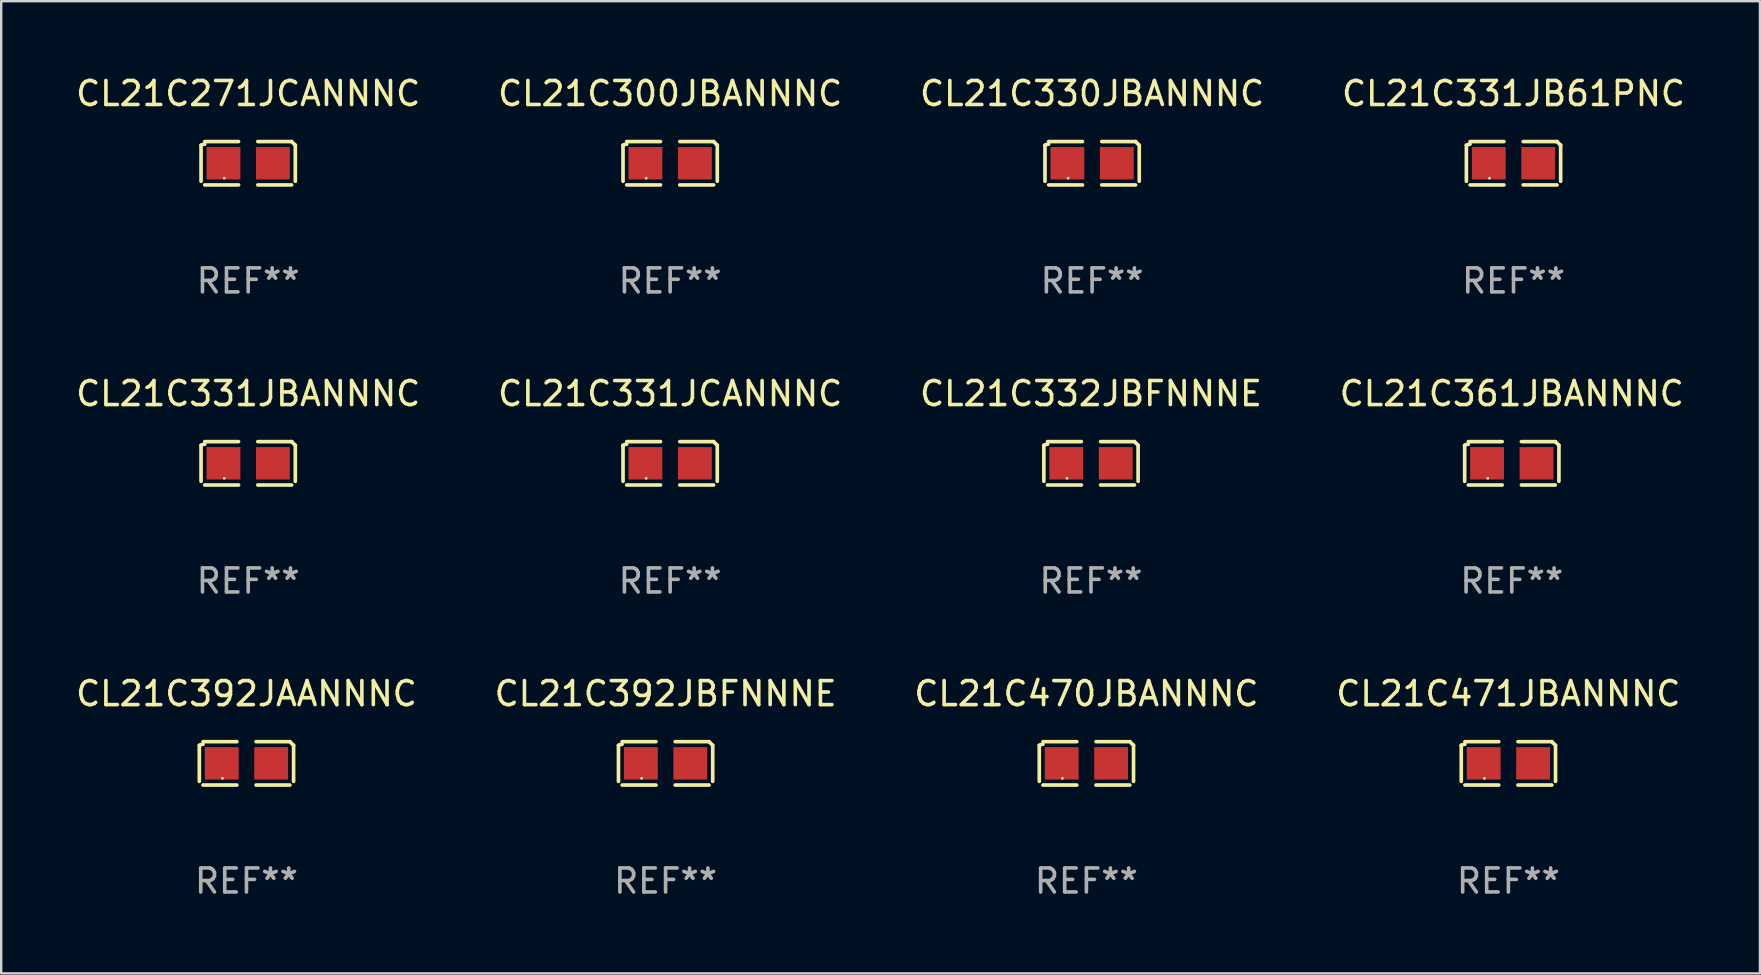
<source format=kicad_pcb>
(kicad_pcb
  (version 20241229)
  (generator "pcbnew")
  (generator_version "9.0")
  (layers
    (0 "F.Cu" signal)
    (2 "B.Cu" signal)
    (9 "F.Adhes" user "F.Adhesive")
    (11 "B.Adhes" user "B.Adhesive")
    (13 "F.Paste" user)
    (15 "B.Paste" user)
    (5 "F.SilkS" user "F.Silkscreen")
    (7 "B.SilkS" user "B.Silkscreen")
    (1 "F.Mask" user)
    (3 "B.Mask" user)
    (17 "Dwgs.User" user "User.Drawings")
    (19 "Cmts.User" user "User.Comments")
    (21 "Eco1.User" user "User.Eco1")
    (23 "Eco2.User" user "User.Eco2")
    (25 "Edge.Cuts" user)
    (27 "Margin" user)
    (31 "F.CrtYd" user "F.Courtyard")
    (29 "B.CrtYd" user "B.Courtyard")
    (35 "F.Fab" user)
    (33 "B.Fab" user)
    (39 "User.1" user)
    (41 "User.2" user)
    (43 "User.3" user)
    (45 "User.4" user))
  (footprint "CL21C300JBANNNC"
    (layer "F.Cu")
    (at 24.875 3.752)
    (property "Reference" "CL21C300JBANNNC" (at 0 -2.904 0) (layer "F.SilkS") (effects (font (size 1 1) (thickness 0.15))))
    (attr through_hole)
    (fp_line (start -1.964 0.751) (end -1.964 -0.751) (stroke (width 0.152) (type solid)) (layer "F.SilkS"))
    (fp_line (start -1.811 -0.904) (end -0.401 -0.904) (stroke (width 0.152) (type solid)) (layer "F.SilkS"))
    (fp_line (start -0.401 0.904) (end -1.811 0.904) (stroke (width 0.152) (type solid)) (layer "F.SilkS"))
    (fp_line (start 0.401 0.904) (end 1.811 0.904) (stroke (width 0.152) (type solid)) (layer "F.SilkS"))
    (fp_line (start 1.811 -0.904) (end 0.401 -0.904) (stroke (width 0.152) (type solid)) (layer "F.SilkS"))
    (fp_line (start 1.964 0.751) (end 1.964 -0.751) (stroke (width 0.152) (type solid)) (layer "F.SilkS"))
    (fp_arc (start -1.963602 -0.751207) (mid -1.890354 -0.783131) (end -1.811201 -0.794044) (stroke (width 0.1524) (type solid)) (layer "F.SilkS"))
    (fp_arc (start 1.811202 -0.903607) (mid 1.887413 -0.827418) (end 1.963602 -0.751207) (stroke (width 0.1524) (type solid)) (layer "F.SilkS"))
    (fp_circle (center -1 0.625) (end -0.97 0.625) (stroke (width 0.06) (type solid)) (fill no) (layer "F.SilkS"))
    (fp_text user "REF**" (at 0 4.904 0) (layer "F.Fab") (effects (font (size 1 1) (thickness 0.15))))
    (pad "1" smd rect (at -1.03 0) (size 1.41 1.35) (layers "F.Cu" "F.Mask" "F.Paste"))
    (pad "2" smd rect (at 1.03 0) (size 1.41 1.35) (layers "F.Cu" "F.Mask" "F.Paste")))
  (footprint "CL21C331JCANNNC"
    (layer "F.Cu")
    (at 24.875 16.256)
    (property "Reference" "CL21C331JCANNNC" (at 0 -2.904 0) (layer "F.SilkS") (effects (font (size 1 1) (thickness 0.15))))
    (attr through_hole)
    (fp_line (start -1.964 0.751) (end -1.964 -0.751) (stroke (width 0.152) (type solid)) (layer "F.SilkS"))
    (fp_line (start -1.811 -0.904) (end -0.401 -0.904) (stroke (width 0.152) (type solid)) (layer "F.SilkS"))
    (fp_line (start -0.401 0.904) (end -1.811 0.904) (stroke (width 0.152) (type solid)) (layer "F.SilkS"))
    (fp_line (start 0.401 0.904) (end 1.811 0.904) (stroke (width 0.152) (type solid)) (layer "F.SilkS"))
    (fp_line (start 1.811 -0.904) (end 0.401 -0.904) (stroke (width 0.152) (type solid)) (layer "F.SilkS"))
    (fp_line (start 1.964 0.751) (end 1.964 -0.751) (stroke (width 0.152) (type solid)) (layer "F.SilkS"))
    (fp_arc (start -1.963602 -0.751207) (mid -1.890354 -0.783131) (end -1.811201 -0.794044) (stroke (width 0.1524) (type solid)) (layer "F.SilkS"))
    (fp_arc (start 1.811202 -0.903607) (mid 1.887413 -0.827418) (end 1.963602 -0.751207) (stroke (width 0.1524) (type solid)) (layer "F.SilkS"))
    (fp_circle (center -1 0.625) (end -0.97 0.625) (stroke (width 0.06) (type solid)) (fill no) (layer "F.SilkS"))
    (fp_text user "REF**" (at 0 4.904 0) (layer "F.Fab") (effects (font (size 1 1) (thickness 0.15))))
    (pad "1" smd rect (at -1.03 0) (size 1.41 1.35) (layers "F.Cu" "F.Mask" "F.Paste"))
    (pad "2" smd rect (at 1.03 0) (size 1.41 1.35) (layers "F.Cu" "F.Mask" "F.Paste")))
  (footprint "CL21C361JBANNNC"
    (layer "F.Cu")
    (at 59.946 16.256)
    (property "Reference" "CL21C361JBANNNC" (at 0 -2.904 0) (layer "F.SilkS") (effects (font (size 1 1) (thickness 0.15))))
    (attr through_hole)
    (fp_line (start -1.964 0.751) (end -1.964 -0.751) (stroke (width 0.152) (type solid)) (layer "F.SilkS"))
    (fp_line (start -1.811 -0.904) (end -0.401 -0.904) (stroke (width 0.152) (type solid)) (layer "F.SilkS"))
    (fp_line (start -0.401 0.904) (end -1.811 0.904) (stroke (width 0.152) (type solid)) (layer "F.SilkS"))
    (fp_line (start 0.401 0.904) (end 1.811 0.904) (stroke (width 0.152) (type solid)) (layer "F.SilkS"))
    (fp_line (start 1.811 -0.904) (end 0.401 -0.904) (stroke (width 0.152) (type solid)) (layer "F.SilkS"))
    (fp_line (start 1.964 0.751) (end 1.964 -0.751) (stroke (width 0.152) (type solid)) (layer "F.SilkS"))
    (fp_arc (start -1.963602 -0.751207) (mid -1.890354 -0.783131) (end -1.811201 -0.794044) (stroke (width 0.1524) (type solid)) (layer "F.SilkS"))
    (fp_arc (start 1.811202 -0.903607) (mid 1.887413 -0.827418) (end 1.963602 -0.751207) (stroke (width 0.1524) (type solid)) (layer "F.SilkS"))
    (fp_circle (center -1 0.625) (end -0.97 0.625) (stroke (width 0.06) (type solid)) (fill no) (layer "F.SilkS"))
    (fp_text user "REF**" (at 0 4.904 0) (layer "F.Fab") (effects (font (size 1 1) (thickness 0.15))))
    (pad "1" smd rect (at -1.03 0) (size 1.41 1.35) (layers "F.Cu" "F.Mask" "F.Paste"))
    (pad "2" smd rect (at 1.03 0) (size 1.41 1.35) (layers "F.Cu" "F.Mask" "F.Paste")))
  (footprint "CL21C330JBANNNC"
    (layer "F.Cu")
    (at 42.458 3.752)
    (property "Reference" "CL21C330JBANNNC" (at 0 -2.904 0) (layer "F.SilkS") (effects (font (size 1 1) (thickness 0.15))))
    (attr through_hole)
    (fp_line (start -1.964 0.751) (end -1.964 -0.751) (stroke (width 0.152) (type solid)) (layer "F.SilkS"))
    (fp_line (start -1.811 -0.904) (end -0.401 -0.904) (stroke (width 0.152) (type solid)) (layer "F.SilkS"))
    (fp_line (start -0.401 0.904) (end -1.811 0.904) (stroke (width 0.152) (type solid)) (layer "F.SilkS"))
    (fp_line (start 0.401 0.904) (end 1.811 0.904) (stroke (width 0.152) (type solid)) (layer "F.SilkS"))
    (fp_line (start 1.811 -0.904) (end 0.401 -0.904) (stroke (width 0.152) (type solid)) (layer "F.SilkS"))
    (fp_line (start 1.964 0.751) (end 1.964 -0.751) (stroke (width 0.152) (type solid)) (layer "F.SilkS"))
    (fp_arc (start -1.963602 -0.751207) (mid -1.890354 -0.783131) (end -1.811201 -0.794044) (stroke (width 0.1524) (type solid)) (layer "F.SilkS"))
    (fp_arc (start 1.811202 -0.903607) (mid 1.887413 -0.827418) (end 1.963602 -0.751207) (stroke (width 0.1524) (type solid)) (layer "F.SilkS"))
    (fp_circle (center -1 0.625) (end -0.97 0.625) (stroke (width 0.06) (type solid)) (fill no) (layer "F.SilkS"))
    (fp_text user "REF**" (at 0 4.904 0) (layer "F.Fab") (effects (font (size 1 1) (thickness 0.15))))
    (pad "1" smd rect (at -1.03 0) (size 1.41 1.35) (layers "F.Cu" "F.Mask" "F.Paste"))
    (pad "2" smd rect (at 1.03 0) (size 1.41 1.35) (layers "F.Cu" "F.Mask" "F.Paste")))
  (footprint "CL21C471JBANNNC"
    (layer "F.Cu")
    (at 59.804 28.759)
    (property "Reference" "CL21C471JBANNNC" (at 0 -2.904 0) (layer "F.SilkS") (effects (font (size 1 1) (thickness 0.15))))
    (attr through_hole)
    (fp_line (start -1.964 0.751) (end -1.964 -0.751) (stroke (width 0.152) (type solid)) (layer "F.SilkS"))
    (fp_line (start -1.811 -0.904) (end -0.401 -0.904) (stroke (width 0.152) (type solid)) (layer "F.SilkS"))
    (fp_line (start -0.401 0.904) (end -1.811 0.904) (stroke (width 0.152) (type solid)) (layer "F.SilkS"))
    (fp_line (start 0.401 0.904) (end 1.811 0.904) (stroke (width 0.152) (type solid)) (layer "F.SilkS"))
    (fp_line (start 1.811 -0.904) (end 0.401 -0.904) (stroke (width 0.152) (type solid)) (layer "F.SilkS"))
    (fp_line (start 1.964 0.751) (end 1.964 -0.751) (stroke (width 0.152) (type solid)) (layer "F.SilkS"))
    (fp_arc (start -1.963602 -0.751207) (mid -1.890354 -0.783131) (end -1.811201 -0.794044) (stroke (width 0.1524) (type solid)) (layer "F.SilkS"))
    (fp_arc (start 1.811202 -0.903607) (mid 1.887413 -0.827418) (end 1.963602 -0.751207) (stroke (width 0.1524) (type solid)) (layer "F.SilkS"))
    (fp_circle (center -1 0.625) (end -0.97 0.625) (stroke (width 0.06) (type solid)) (fill no) (layer "F.SilkS"))
    (fp_text user "REF**" (at 0 4.904 0) (layer "F.Fab") (effects (font (size 1 1) (thickness 0.15))))
    (pad "1" smd rect (at -1.03 0) (size 1.41 1.35) (layers "F.Cu" "F.Mask" "F.Paste"))
    (pad "2" smd rect (at 1.03 0) (size 1.41 1.35) (layers "F.Cu" "F.Mask" "F.Paste")))
  (footprint "CL21C332JBFNNNE"
    (layer "F.Cu")
    (at 42.411 16.256)
    (property "Reference" "CL21C332JBFNNNE" (at 0 -2.904 0) (layer "F.SilkS") (effects (font (size 1 1) (thickness 0.15))))
    (attr through_hole)
    (fp_line (start -1.964 0.751) (end -1.964 -0.751) (stroke (width 0.152) (type solid)) (layer "F.SilkS"))
    (fp_line (start -1.811 -0.904) (end -0.401 -0.904) (stroke (width 0.152) (type solid)) (layer "F.SilkS"))
    (fp_line (start -0.401 0.904) (end -1.811 0.904) (stroke (width 0.152) (type solid)) (layer "F.SilkS"))
    (fp_line (start 0.401 0.904) (end 1.811 0.904) (stroke (width 0.152) (type solid)) (layer "F.SilkS"))
    (fp_line (start 1.811 -0.904) (end 0.401 -0.904) (stroke (width 0.152) (type solid)) (layer "F.SilkS"))
    (fp_line (start 1.964 0.751) (end 1.964 -0.751) (stroke (width 0.152) (type solid)) (layer "F.SilkS"))
    (fp_arc (start -1.963602 -0.751207) (mid -1.890354 -0.783131) (end -1.811201 -0.794044) (stroke (width 0.1524) (type solid)) (layer "F.SilkS"))
    (fp_arc (start 1.811202 -0.903607) (mid 1.887413 -0.827418) (end 1.963602 -0.751207) (stroke (width 0.1524) (type solid)) (layer "F.SilkS"))
    (fp_circle (center -1 0.625) (end -0.97 0.625) (stroke (width 0.06) (type solid)) (fill no) (layer "F.SilkS"))
    (fp_text user "REF**" (at 0 4.904 0) (layer "F.Fab") (effects (font (size 1 1) (thickness 0.15))))
    (pad "1" smd rect (at -1.03 0) (size 1.41 1.35) (layers "F.Cu" "F.Mask" "F.Paste"))
    (pad "2" smd rect (at 1.03 0) (size 1.41 1.35) (layers "F.Cu" "F.Mask" "F.Paste")))
  (footprint "CL21C470JBANNNC"
    (layer "F.Cu")
    (at 42.22 28.759)
    (property "Reference" "CL21C470JBANNNC" (at 0 -2.904 0) (layer "F.SilkS") (effects (font (size 1 1) (thickness 0.15))))
    (attr through_hole)
    (fp_line (start -1.964 0.751) (end -1.964 -0.751) (stroke (width 0.152) (type solid)) (layer "F.SilkS"))
    (fp_line (start -1.811 -0.904) (end -0.401 -0.904) (stroke (width 0.152) (type solid)) (layer "F.SilkS"))
    (fp_line (start -0.401 0.904) (end -1.811 0.904) (stroke (width 0.152) (type solid)) (layer "F.SilkS"))
    (fp_line (start 0.401 0.904) (end 1.811 0.904) (stroke (width 0.152) (type solid)) (layer "F.SilkS"))
    (fp_line (start 1.811 -0.904) (end 0.401 -0.904) (stroke (width 0.152) (type solid)) (layer "F.SilkS"))
    (fp_line (start 1.964 0.751) (end 1.964 -0.751) (stroke (width 0.152) (type solid)) (layer "F.SilkS"))
    (fp_arc (start -1.963602 -0.751207) (mid -1.890354 -0.783131) (end -1.811201 -0.794044) (stroke (width 0.1524) (type solid)) (layer "F.SilkS"))
    (fp_arc (start 1.811202 -0.903607) (mid 1.887413 -0.827418) (end 1.963602 -0.751207) (stroke (width 0.1524) (type solid)) (layer "F.SilkS"))
    (fp_circle (center -1 0.625) (end -0.97 0.625) (stroke (width 0.06) (type solid)) (fill no) (layer "F.SilkS"))
    (fp_text user "REF**" (at 0 4.904 0) (layer "F.Fab") (effects (font (size 1 1) (thickness 0.15))))
    (pad "1" smd rect (at -1.03 0) (size 1.41 1.35) (layers "F.Cu" "F.Mask" "F.Paste"))
    (pad "2" smd rect (at 1.03 0) (size 1.41 1.35) (layers "F.Cu" "F.Mask" "F.Paste")))
  (footprint "CL21C331JBANNNC"
    (layer "F.Cu")
    (at 7.292 16.256)
    (property "Reference" "CL21C331JBANNNC" (at 0 -2.904 0) (layer "F.SilkS") (effects (font (size 1 1) (thickness 0.15))))
    (attr through_hole)
    (fp_line (start -1.964 0.751) (end -1.964 -0.751) (stroke (width 0.152) (type solid)) (layer "F.SilkS"))
    (fp_line (start -1.811 -0.904) (end -0.401 -0.904) (stroke (width 0.152) (type solid)) (layer "F.SilkS"))
    (fp_line (start -0.401 0.904) (end -1.811 0.904) (stroke (width 0.152) (type solid)) (layer "F.SilkS"))
    (fp_line (start 0.401 0.904) (end 1.811 0.904) (stroke (width 0.152) (type solid)) (layer "F.SilkS"))
    (fp_line (start 1.811 -0.904) (end 0.401 -0.904) (stroke (width 0.152) (type solid)) (layer "F.SilkS"))
    (fp_line (start 1.964 0.751) (end 1.964 -0.751) (stroke (width 0.152) (type solid)) (layer "F.SilkS"))
    (fp_arc (start -1.963602 -0.751207) (mid -1.890354 -0.783131) (end -1.811201 -0.794044) (stroke (width 0.1524) (type solid)) (layer "F.SilkS"))
    (fp_arc (start 1.811202 -0.903607) (mid 1.887413 -0.827418) (end 1.963602 -0.751207) (stroke (width 0.1524) (type solid)) (layer "F.SilkS"))
    (fp_circle (center -1 0.625) (end -0.97 0.625) (stroke (width 0.06) (type solid)) (fill no) (layer "F.SilkS"))
    (fp_text user "REF**" (at 0 4.904 0) (layer "F.Fab") (effects (font (size 1 1) (thickness 0.15))))
    (pad "1" smd rect (at -1.03 0) (size 1.41 1.35) (layers "F.Cu" "F.Mask" "F.Paste"))
    (pad "2" smd rect (at 1.03 0) (size 1.41 1.35) (layers "F.Cu" "F.Mask" "F.Paste")))
  (footprint "CL21C331JB61PNC"
    (layer "F.Cu")
    (at 60.018 3.752)
    (property "Reference" "CL21C331JB61PNC" (at 0 -2.904 0) (layer "F.SilkS") (effects (font (size 1 1) (thickness 0.15))))
    (attr through_hole)
    (fp_line (start -1.964 0.751) (end -1.964 -0.751) (stroke (width 0.152) (type solid)) (layer "F.SilkS"))
    (fp_line (start -1.811 -0.904) (end -0.401 -0.904) (stroke (width 0.152) (type solid)) (layer "F.SilkS"))
    (fp_line (start -0.401 0.904) (end -1.811 0.904) (stroke (width 0.152) (type solid)) (layer "F.SilkS"))
    (fp_line (start 0.401 0.904) (end 1.811 0.904) (stroke (width 0.152) (type solid)) (layer "F.SilkS"))
    (fp_line (start 1.811 -0.904) (end 0.401 -0.904) (stroke (width 0.152) (type solid)) (layer "F.SilkS"))
    (fp_line (start 1.964 0.751) (end 1.964 -0.751) (stroke (width 0.152) (type solid)) (layer "F.SilkS"))
    (fp_arc (start -1.963602 -0.751207) (mid -1.890354 -0.783131) (end -1.811201 -0.794044) (stroke (width 0.1524) (type solid)) (layer "F.SilkS"))
    (fp_arc (start 1.811202 -0.903607) (mid 1.887413 -0.827418) (end 1.963602 -0.751207) (stroke (width 0.1524) (type solid)) (layer "F.SilkS"))
    (fp_circle (center -1 0.625) (end -0.97 0.625) (stroke (width 0.06) (type solid)) (fill no) (layer "F.SilkS"))
    (fp_text user "REF**" (at 0 4.904 0) (layer "F.Fab") (effects (font (size 1 1) (thickness 0.15))))
    (pad "1" smd rect (at -1.03 0) (size 1.41 1.35) (layers "F.Cu" "F.Mask" "F.Paste"))
    (pad "2" smd rect (at 1.03 0) (size 1.41 1.35) (layers "F.Cu" "F.Mask" "F.Paste")))
  (footprint "CL21C392JBFNNNE"
    (layer "F.Cu")
    (at 24.685 28.759)
    (property "Reference" "CL21C392JBFNNNE" (at 0 -2.904 0) (layer "F.SilkS") (effects (font (size 1 1) (thickness 0.15))))
    (attr through_hole)
    (fp_line (start -1.964 0.751) (end -1.964 -0.751) (stroke (width 0.152) (type solid)) (layer "F.SilkS"))
    (fp_line (start -1.811 -0.904) (end -0.401 -0.904) (stroke (width 0.152) (type solid)) (layer "F.SilkS"))
    (fp_line (start -0.401 0.904) (end -1.811 0.904) (stroke (width 0.152) (type solid)) (layer "F.SilkS"))
    (fp_line (start 0.401 0.904) (end 1.811 0.904) (stroke (width 0.152) (type solid)) (layer "F.SilkS"))
    (fp_line (start 1.811 -0.904) (end 0.401 -0.904) (stroke (width 0.152) (type solid)) (layer "F.SilkS"))
    (fp_line (start 1.964 0.751) (end 1.964 -0.751) (stroke (width 0.152) (type solid)) (layer "F.SilkS"))
    (fp_arc (start -1.963602 -0.751207) (mid -1.890354 -0.783131) (end -1.811201 -0.794044) (stroke (width 0.1524) (type solid)) (layer "F.SilkS"))
    (fp_arc (start 1.811202 -0.903607) (mid 1.887413 -0.827418) (end 1.963602 -0.751207) (stroke (width 0.1524) (type solid)) (layer "F.SilkS"))
    (fp_circle (center -1 0.625) (end -0.97 0.625) (stroke (width 0.06) (type solid)) (fill no) (layer "F.SilkS"))
    (fp_text user "REF**" (at 0 4.904 0) (layer "F.Fab") (effects (font (size 1 1) (thickness 0.15))))
    (pad "1" smd rect (at -1.03 0) (size 1.41 1.35) (layers "F.Cu" "F.Mask" "F.Paste"))
    (pad "2" smd rect (at 1.03 0) (size 1.41 1.35) (layers "F.Cu" "F.Mask" "F.Paste")))
  (footprint "CL21C392JAANNNC"
    (layer "F.Cu")
    (at 7.22 28.759)
    (property "Reference" "CL21C392JAANNNC" (at 0 -2.904 0) (layer "F.SilkS") (effects (font (size 1 1) (thickness 0.15))))
    (attr through_hole)
    (fp_line (start -1.964 0.751) (end -1.964 -0.751) (stroke (width 0.152) (type solid)) (layer "F.SilkS"))
    (fp_line (start -1.811 -0.904) (end -0.401 -0.904) (stroke (width 0.152) (type solid)) (layer "F.SilkS"))
    (fp_line (start -0.401 0.904) (end -1.811 0.904) (stroke (width 0.152) (type solid)) (layer "F.SilkS"))
    (fp_line (start 0.401 0.904) (end 1.811 0.904) (stroke (width 0.152) (type solid)) (layer "F.SilkS"))
    (fp_line (start 1.811 -0.904) (end 0.401 -0.904) (stroke (width 0.152) (type solid)) (layer "F.SilkS"))
    (fp_line (start 1.964 0.751) (end 1.964 -0.751) (stroke (width 0.152) (type solid)) (layer "F.SilkS"))
    (fp_arc (start -1.963602 -0.751207) (mid -1.890354 -0.783131) (end -1.811201 -0.794044) (stroke (width 0.1524) (type solid)) (layer "F.SilkS"))
    (fp_arc (start 1.811202 -0.903607) (mid 1.887413 -0.827418) (end 1.963602 -0.751207) (stroke (width 0.1524) (type solid)) (layer "F.SilkS"))
    (fp_circle (center -1 0.625) (end -0.97 0.625) (stroke (width 0.06) (type solid)) (fill no) (layer "F.SilkS"))
    (fp_text user "REF**" (at 0 4.904 0) (layer "F.Fab") (effects (font (size 1 1) (thickness 0.15))))
    (pad "1" smd rect (at -1.03 0) (size 1.41 1.35) (layers "F.Cu" "F.Mask" "F.Paste"))
    (pad "2" smd rect (at 1.03 0) (size 1.41 1.35) (layers "F.Cu" "F.Mask" "F.Paste")))
  (footprint "CL21C271JCANNNC"
    (layer "F.Cu")
    (at 7.292 3.752)
    (property "Reference" "CL21C271JCANNNC" (at 0 -2.904 0) (layer "F.SilkS") (effects (font (size 1 1) (thickness 0.15))))
    (attr through_hole)
    (fp_line (start -1.964 0.751) (end -1.964 -0.751) (stroke (width 0.152) (type solid)) (layer "F.SilkS"))
    (fp_line (start -1.811 -0.904) (end -0.401 -0.904) (stroke (width 0.152) (type solid)) (layer "F.SilkS"))
    (fp_line (start -0.401 0.904) (end -1.811 0.904) (stroke (width 0.152) (type solid)) (layer "F.SilkS"))
    (fp_line (start 0.401 0.904) (end 1.811 0.904) (stroke (width 0.152) (type solid)) (layer "F.SilkS"))
    (fp_line (start 1.811 -0.904) (end 0.401 -0.904) (stroke (width 0.152) (type solid)) (layer "F.SilkS"))
    (fp_line (start 1.964 0.751) (end 1.964 -0.751) (stroke (width 0.152) (type solid)) (layer "F.SilkS"))
    (fp_arc (start -1.963602 -0.751207) (mid -1.890354 -0.783131) (end -1.811201 -0.794044) (stroke (width 0.1524) (type solid)) (layer "F.SilkS"))
    (fp_arc (start 1.811202 -0.903607) (mid 1.887413 -0.827418) (end 1.963602 -0.751207) (stroke (width 0.1524) (type solid)) (layer "F.SilkS"))
    (fp_circle (center -1 0.625) (end -0.97 0.625) (stroke (width 0.06) (type solid)) (fill no) (layer "F.SilkS"))
    (fp_text user "REF**" (at 0 4.904 0) (layer "F.Fab") (effects (font (size 1 1) (thickness 0.15))))
    (pad "1" smd rect (at -1.03 0) (size 1.41 1.35) (layers "F.Cu" "F.Mask" "F.Paste"))
    (pad "2" smd rect (at 1.03 0) (size 1.41 1.35) (layers "F.Cu" "F.Mask" "F.Paste")))
  (gr_rect
    (start -3 -3)
    (end 70.286 37.511)
    (stroke (width 0.1) (type default))
    (fill no)
    (layer "Edge.Cuts")))
</source>
